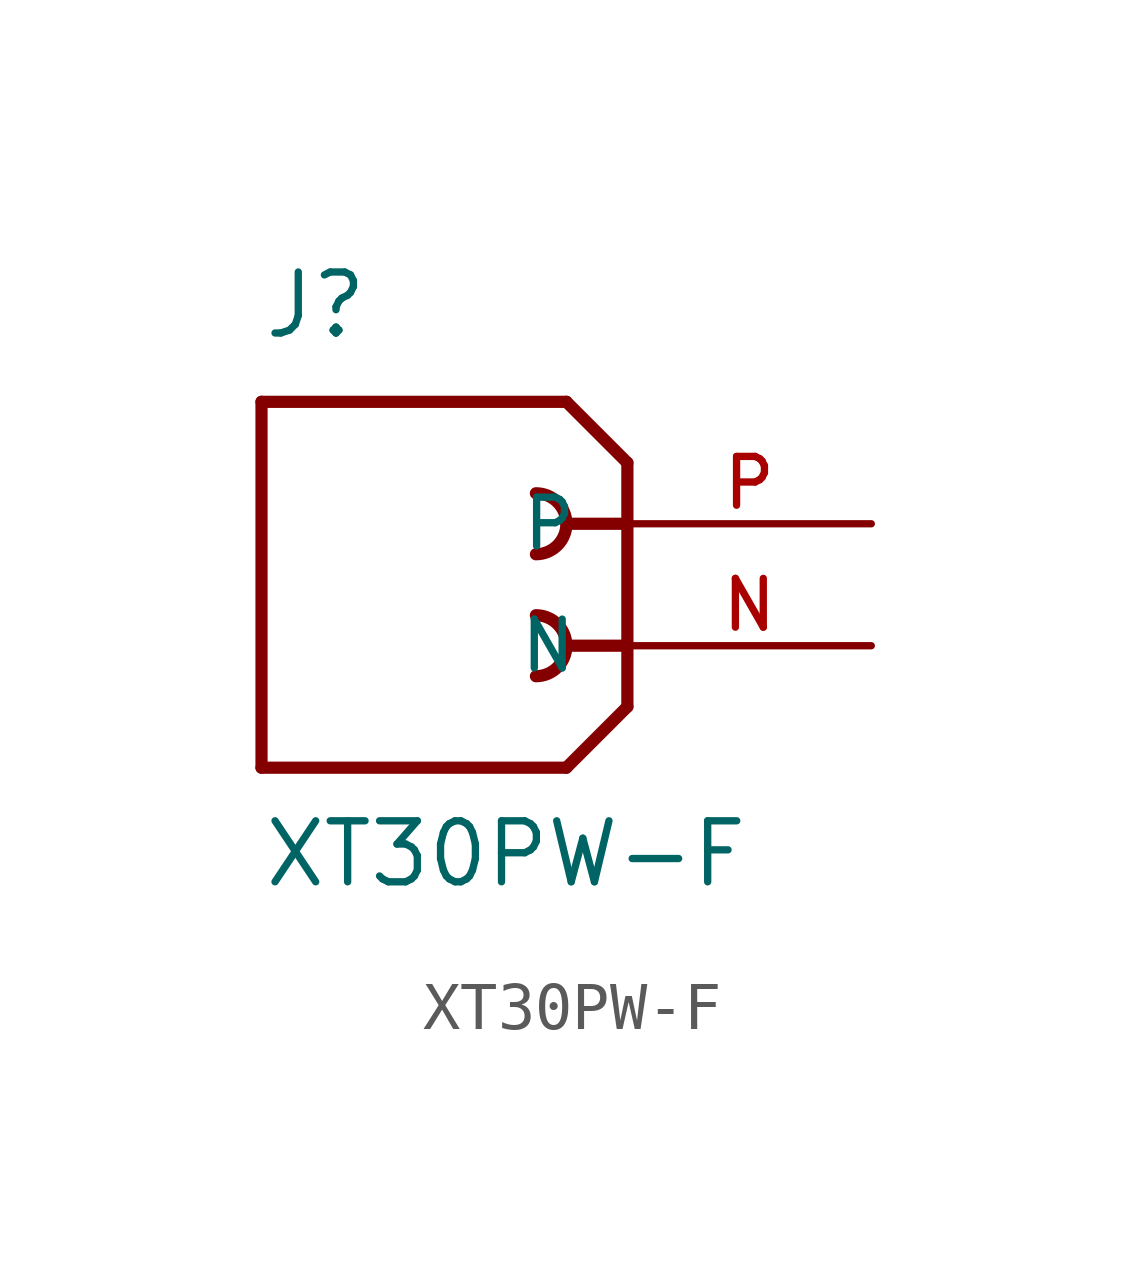
<source format=kicad_sym>
(kicad_symbol_lib
  (version 20241209)
  (generator "kicad_symbol_editor")
  (generator_version "9.0")
  (symbol "XT30PW-F"
    (pin_names
      (offset 1.016))
    (property "Reference" "J"
      (at -7.62 3.81 0)
      (effects (font (size 1.27 1.27)) (justify left bottom)))
    (property "Value" "XT30PW-F"
      (at -7.62 -7.62 0)
      (effects (font (size 1.27 1.27)) (justify left bottom)))
    (symbol "XT30PW-F_0_0"
      (polyline (pts (xy -7.62 2.54) (xy -1.27 2.54)) (stroke (width 0.254) (type default)) (fill (type none)))
      (polyline (pts (xy -7.62 -5.08) (xy -7.62 2.54)) (stroke (width 0.254) (type default)) (fill (type none)))
      (arc (start -1.905 0.635) (mid -1.2727 0) (end -1.905 -0.635) (stroke (width 0.254) (type default)) (fill (type none)))
      (arc (start -1.905 -1.905) (mid -1.2727 -2.54) (end -1.905 -3.175) (stroke (width 0.254) (type default)) (fill (type none)))
      (polyline (pts (xy -1.27 -5.08) (xy -7.62 -5.08)) (stroke (width 0.254) (type default)) (fill (type none)))
      (polyline (pts (xy 0 1.27) (xy -1.27 2.54)) (stroke (width 0.254) (type default)) (fill (type none)))
      (polyline (pts (xy 0 1.27) (xy 0 0)) (stroke (width 0.254) (type default)) (fill (type none)))
      (polyline (pts (xy 0 0) (xy -1.27 0)) (stroke (width 0.254) (type default)) (fill (type none)))
      (polyline (pts (xy 0 0) (xy 0 -3.81)) (stroke (width 0.254) (type default)) (fill (type none)))
      (polyline (pts (xy 0 -2.54) (xy -1.27 -2.54)) (stroke (width 0.254) (type default)) (fill (type none)))
      (polyline (pts (xy 0 -3.81) (xy -1.27 -5.08)) (stroke (width 0.254) (type default)) (fill (type none)))
      (pin power_in line (at 5.08 0 180) (length 5.08) (name "P" (effects (font (size 1.016 1.016)))) (number "P" (effects (font (size 1.016 1.016)))))
      (pin power_in line (at 5.08 -2.54 180) (length 5.08) (name "N" (effects (font (size 1.016 1.016)))) (number "N" (effects (font (size 1.016 1.016))))))))
</source>
